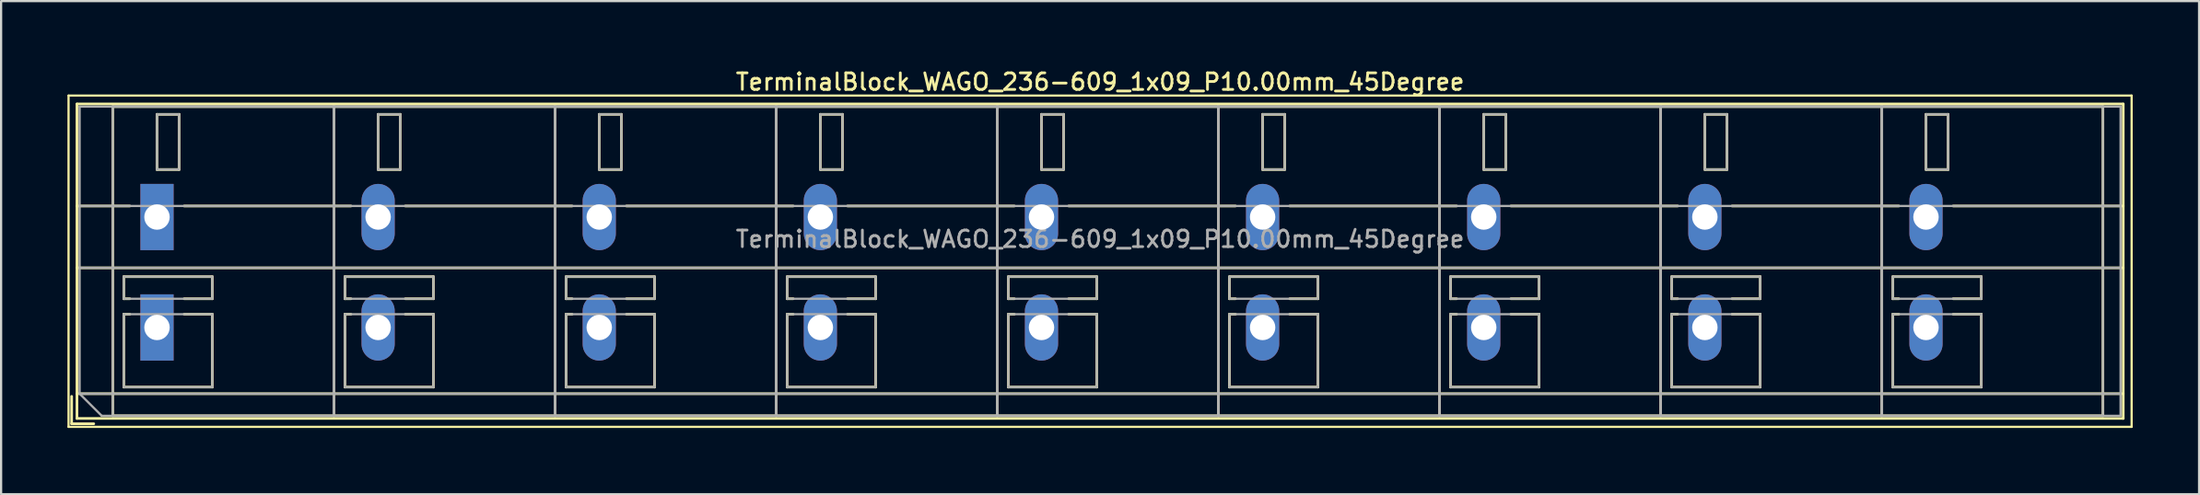
<source format=kicad_pcb>
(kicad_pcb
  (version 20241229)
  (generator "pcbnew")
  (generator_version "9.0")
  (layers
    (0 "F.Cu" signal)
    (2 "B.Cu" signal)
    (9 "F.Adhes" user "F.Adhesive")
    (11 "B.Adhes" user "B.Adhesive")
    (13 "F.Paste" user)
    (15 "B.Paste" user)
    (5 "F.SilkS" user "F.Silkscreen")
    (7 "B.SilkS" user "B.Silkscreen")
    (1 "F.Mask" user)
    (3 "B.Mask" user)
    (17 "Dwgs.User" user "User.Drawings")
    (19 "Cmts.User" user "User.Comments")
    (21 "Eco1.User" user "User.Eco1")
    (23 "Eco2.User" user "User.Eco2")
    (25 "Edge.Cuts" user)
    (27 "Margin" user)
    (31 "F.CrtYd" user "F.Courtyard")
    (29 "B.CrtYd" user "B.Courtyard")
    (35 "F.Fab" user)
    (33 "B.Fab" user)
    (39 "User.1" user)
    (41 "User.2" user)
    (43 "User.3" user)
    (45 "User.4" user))
  (footprint "TerminalBlock_WAGO_236-609_1x09_P10.00mm_45Degree"
    (layer "F.Cu")
    (at 4.05 6.778)
    (property "Reference" "TerminalBlock_WAGO_236-609_1x09_P10.00mm_45Degree" (at 42.65 -6.12 0) (layer "F.SilkS") (effects (font (size 0.75 0.75) (thickness 0.125))))
    (attr through_hole)
    (fp_line (start -4 -5.5) (end -4 9.5) (stroke (width 0.1) (type solid)) (layer "F.SilkS"))
    (fp_line (start -4 9.5) (end 89.3 9.5) (stroke (width 0.1) (type solid)) (layer "F.SilkS"))
    (fp_line (start -3.86 8.12) (end -3.86 9.36) (stroke (width 0.12) (type solid)) (layer "F.SilkS"))
    (fp_line (start -3.86 9.36) (end -2.86 9.36) (stroke (width 0.12) (type solid)) (layer "F.SilkS"))
    (fp_line (start -3.62 -5.12) (end -3.62 9.12) (stroke (width 0.12) (type solid)) (layer "F.SilkS"))
    (fp_line (start -3.62 -5.12) (end 88.92 -5.12) (stroke (width 0.12) (type solid)) (layer "F.SilkS"))
    (fp_line (start -3.62 -0.5) (end -1.23 -0.5) (stroke (width 0.12) (type solid)) (layer "F.SilkS"))
    (fp_line (start -3.62 2.3) (end 88.92 2.3) (stroke (width 0.12) (type solid)) (layer "F.SilkS"))
    (fp_line (start -3.62 8) (end 88.92 8) (stroke (width 0.12) (type solid)) (layer "F.SilkS"))
    (fp_line (start -3.62 9.12) (end 88.92 9.12) (stroke (width 0.12) (type solid)) (layer "F.SilkS"))
    (fp_line (start -2 -5) (end -2 9) (stroke (width 0.12) (type solid)) (layer "F.SilkS"))
    (fp_line (start -2 -5) (end 8 -5) (stroke (width 0.12) (type solid)) (layer "F.SilkS"))
    (fp_line (start -2 9) (end 8 9) (stroke (width 0.12) (type solid)) (layer "F.SilkS"))
    (fp_line (start -1.5 2.7) (end -1.5 3.7) (stroke (width 0.12) (type solid)) (layer "F.SilkS"))
    (fp_line (start -1.5 2.7) (end 2.5 2.7) (stroke (width 0.12) (type solid)) (layer "F.SilkS"))
    (fp_line (start -1.5 3.7) (end -1.23 3.7) (stroke (width 0.12) (type solid)) (layer "F.SilkS"))
    (fp_line (start -1.5 4.4) (end -1.5 7.7) (stroke (width 0.12) (type solid)) (layer "F.SilkS"))
    (fp_line (start -1.5 4.4) (end -1.23 4.4) (stroke (width 0.12) (type solid)) (layer "F.SilkS"))
    (fp_line (start -1.5 7.7) (end 2.5 7.7) (stroke (width 0.12) (type solid)) (layer "F.SilkS"))
    (fp_line (start 0 -4.65) (end 0 -2.151) (stroke (width 0.12) (type solid)) (layer "F.SilkS"))
    (fp_line (start 0 -4.65) (end 1 -4.65) (stroke (width 0.12) (type solid)) (layer "F.SilkS"))
    (fp_line (start 0 -2.151) (end 1 -2.151) (stroke (width 0.12) (type solid)) (layer "F.SilkS"))
    (fp_line (start 1 -4.65) (end 1 -2.151) (stroke (width 0.12) (type solid)) (layer "F.SilkS"))
    (fp_line (start 1.23 -0.5) (end 8.77 -0.5) (stroke (width 0.12) (type solid)) (layer "F.SilkS"))
    (fp_line (start 1.23 3.7) (end 2.5 3.7) (stroke (width 0.12) (type solid)) (layer "F.SilkS"))
    (fp_line (start 1.23 4.4) (end 2.5 4.4) (stroke (width 0.12) (type solid)) (layer "F.SilkS"))
    (fp_line (start 2.5 2.7) (end 2.5 3.7) (stroke (width 0.12) (type solid)) (layer "F.SilkS"))
    (fp_line (start 2.5 4.4) (end 2.5 7.7) (stroke (width 0.12) (type solid)) (layer "F.SilkS"))
    (fp_line (start 8 -5) (end 8 9) (stroke (width 0.12) (type solid)) (layer "F.SilkS"))
    (fp_line (start 8 -5) (end 8 9) (stroke (width 0.12) (type solid)) (layer "F.SilkS"))
    (fp_line (start 8 -5) (end 18 -5) (stroke (width 0.12) (type solid)) (layer "F.SilkS"))
    (fp_line (start 8 9) (end 18 9) (stroke (width 0.12) (type solid)) (layer "F.SilkS"))
    (fp_line (start 8.5 2.7) (end 8.5 3.7) (stroke (width 0.12) (type solid)) (layer "F.SilkS"))
    (fp_line (start 8.5 2.7) (end 12.5 2.7) (stroke (width 0.12) (type solid)) (layer "F.SilkS"))
    (fp_line (start 8.5 3.7) (end 8.77 3.7) (stroke (width 0.12) (type solid)) (layer "F.SilkS"))
    (fp_line (start 8.5 4.4) (end 8.5 7.7) (stroke (width 0.12) (type solid)) (layer "F.SilkS"))
    (fp_line (start 8.5 4.4) (end 8.77 4.4) (stroke (width 0.12) (type solid)) (layer "F.SilkS"))
    (fp_line (start 8.5 7.7) (end 12.5 7.7) (stroke (width 0.12) (type solid)) (layer "F.SilkS"))
    (fp_line (start 10 -4.65) (end 10 -2.151) (stroke (width 0.12) (type solid)) (layer "F.SilkS"))
    (fp_line (start 10 -4.65) (end 11 -4.65) (stroke (width 0.12) (type solid)) (layer "F.SilkS"))
    (fp_line (start 10 -2.151) (end 11 -2.151) (stroke (width 0.12) (type solid)) (layer "F.SilkS"))
    (fp_line (start 11 -4.65) (end 11 -2.151) (stroke (width 0.12) (type solid)) (layer "F.SilkS"))
    (fp_line (start 11.23 -0.5) (end 18.77 -0.5) (stroke (width 0.12) (type solid)) (layer "F.SilkS"))
    (fp_line (start 11.23 3.7) (end 12.5 3.7) (stroke (width 0.12) (type solid)) (layer "F.SilkS"))
    (fp_line (start 11.23 4.4) (end 12.5 4.4) (stroke (width 0.12) (type solid)) (layer "F.SilkS"))
    (fp_line (start 12.5 2.7) (end 12.5 3.7) (stroke (width 0.12) (type solid)) (layer "F.SilkS"))
    (fp_line (start 12.5 4.4) (end 12.5 7.7) (stroke (width 0.12) (type solid)) (layer "F.SilkS"))
    (fp_line (start 18 -5) (end 18 9) (stroke (width 0.12) (type solid)) (layer "F.SilkS"))
    (fp_line (start 18 -5) (end 18 9) (stroke (width 0.12) (type solid)) (layer "F.SilkS"))
    (fp_line (start 18 -5) (end 28 -5) (stroke (width 0.12) (type solid)) (layer "F.SilkS"))
    (fp_line (start 18 9) (end 28 9) (stroke (width 0.12) (type solid)) (layer "F.SilkS"))
    (fp_line (start 18.5 2.7) (end 18.5 3.7) (stroke (width 0.12) (type solid)) (layer "F.SilkS"))
    (fp_line (start 18.5 2.7) (end 22.5 2.7) (stroke (width 0.12) (type solid)) (layer "F.SilkS"))
    (fp_line (start 18.5 3.7) (end 18.77 3.7) (stroke (width 0.12) (type solid)) (layer "F.SilkS"))
    (fp_line (start 18.5 4.4) (end 18.5 7.7) (stroke (width 0.12) (type solid)) (layer "F.SilkS"))
    (fp_line (start 18.5 4.4) (end 18.77 4.4) (stroke (width 0.12) (type solid)) (layer "F.SilkS"))
    (fp_line (start 18.5 7.7) (end 22.5 7.7) (stroke (width 0.12) (type solid)) (layer "F.SilkS"))
    (fp_line (start 20 -4.65) (end 20 -2.151) (stroke (width 0.12) (type solid)) (layer "F.SilkS"))
    (fp_line (start 20 -4.65) (end 21 -4.65) (stroke (width 0.12) (type solid)) (layer "F.SilkS"))
    (fp_line (start 20 -2.151) (end 21 -2.151) (stroke (width 0.12) (type solid)) (layer "F.SilkS"))
    (fp_line (start 21 -4.65) (end 21 -2.151) (stroke (width 0.12) (type solid)) (layer "F.SilkS"))
    (fp_line (start 21.23 -0.5) (end 28.77 -0.5) (stroke (width 0.12) (type solid)) (layer "F.SilkS"))
    (fp_line (start 21.23 3.7) (end 22.5 3.7) (stroke (width 0.12) (type solid)) (layer "F.SilkS"))
    (fp_line (start 21.23 4.4) (end 22.5 4.4) (stroke (width 0.12) (type solid)) (layer "F.SilkS"))
    (fp_line (start 22.5 2.7) (end 22.5 3.7) (stroke (width 0.12) (type solid)) (layer "F.SilkS"))
    (fp_line (start 22.5 4.4) (end 22.5 7.7) (stroke (width 0.12) (type solid)) (layer "F.SilkS"))
    (fp_line (start 28 -5) (end 28 9) (stroke (width 0.12) (type solid)) (layer "F.SilkS"))
    (fp_line (start 28 -5) (end 28 9) (stroke (width 0.12) (type solid)) (layer "F.SilkS"))
    (fp_line (start 28 -5) (end 38 -5) (stroke (width 0.12) (type solid)) (layer "F.SilkS"))
    (fp_line (start 28 9) (end 38 9) (stroke (width 0.12) (type solid)) (layer "F.SilkS"))
    (fp_line (start 28.5 2.7) (end 28.5 3.7) (stroke (width 0.12) (type solid)) (layer "F.SilkS"))
    (fp_line (start 28.5 2.7) (end 32.5 2.7) (stroke (width 0.12) (type solid)) (layer "F.SilkS"))
    (fp_line (start 28.5 3.7) (end 28.77 3.7) (stroke (width 0.12) (type solid)) (layer "F.SilkS"))
    (fp_line (start 28.5 4.4) (end 28.5 7.7) (stroke (width 0.12) (type solid)) (layer "F.SilkS"))
    (fp_line (start 28.5 4.4) (end 28.77 4.4) (stroke (width 0.12) (type solid)) (layer "F.SilkS"))
    (fp_line (start 28.5 7.7) (end 32.5 7.7) (stroke (width 0.12) (type solid)) (layer "F.SilkS"))
    (fp_line (start 30 -4.65) (end 30 -2.151) (stroke (width 0.12) (type solid)) (layer "F.SilkS"))
    (fp_line (start 30 -4.65) (end 31 -4.65) (stroke (width 0.12) (type solid)) (layer "F.SilkS"))
    (fp_line (start 30 -2.151) (end 31 -2.151) (stroke (width 0.12) (type solid)) (layer "F.SilkS"))
    (fp_line (start 31 -4.65) (end 31 -2.151) (stroke (width 0.12) (type solid)) (layer "F.SilkS"))
    (fp_line (start 31.23 -0.5) (end 38.77 -0.5) (stroke (width 0.12) (type solid)) (layer "F.SilkS"))
    (fp_line (start 31.23 3.7) (end 32.5 3.7) (stroke (width 0.12) (type solid)) (layer "F.SilkS"))
    (fp_line (start 31.23 4.4) (end 32.5 4.4) (stroke (width 0.12) (type solid)) (layer "F.SilkS"))
    (fp_line (start 32.5 2.7) (end 32.5 3.7) (stroke (width 0.12) (type solid)) (layer "F.SilkS"))
    (fp_line (start 32.5 4.4) (end 32.5 7.7) (stroke (width 0.12) (type solid)) (layer "F.SilkS"))
    (fp_line (start 38 -5) (end 38 9) (stroke (width 0.12) (type solid)) (layer "F.SilkS"))
    (fp_line (start 38 -5) (end 38 9) (stroke (width 0.12) (type solid)) (layer "F.SilkS"))
    (fp_line (start 38 -5) (end 48 -5) (stroke (width 0.12) (type solid)) (layer "F.SilkS"))
    (fp_line (start 38 9) (end 48 9) (stroke (width 0.12) (type solid)) (layer "F.SilkS"))
    (fp_line (start 38.5 2.7) (end 38.5 3.7) (stroke (width 0.12) (type solid)) (layer "F.SilkS"))
    (fp_line (start 38.5 2.7) (end 42.5 2.7) (stroke (width 0.12) (type solid)) (layer "F.SilkS"))
    (fp_line (start 38.5 3.7) (end 38.77 3.7) (stroke (width 0.12) (type solid)) (layer "F.SilkS"))
    (fp_line (start 38.5 4.4) (end 38.5 7.7) (stroke (width 0.12) (type solid)) (layer "F.SilkS"))
    (fp_line (start 38.5 4.4) (end 38.77 4.4) (stroke (width 0.12) (type solid)) (layer "F.SilkS"))
    (fp_line (start 38.5 7.7) (end 42.5 7.7) (stroke (width 0.12) (type solid)) (layer "F.SilkS"))
    (fp_line (start 40 -4.65) (end 40 -2.151) (stroke (width 0.12) (type solid)) (layer "F.SilkS"))
    (fp_line (start 40 -4.65) (end 41 -4.65) (stroke (width 0.12) (type solid)) (layer "F.SilkS"))
    (fp_line (start 40 -2.151) (end 41 -2.151) (stroke (width 0.12) (type solid)) (layer "F.SilkS"))
    (fp_line (start 41 -4.65) (end 41 -2.151) (stroke (width 0.12) (type solid)) (layer "F.SilkS"))
    (fp_line (start 41.23 -0.5) (end 48.77 -0.5) (stroke (width 0.12) (type solid)) (layer "F.SilkS"))
    (fp_line (start 41.23 3.7) (end 42.5 3.7) (stroke (width 0.12) (type solid)) (layer "F.SilkS"))
    (fp_line (start 41.23 4.4) (end 42.5 4.4) (stroke (width 0.12) (type solid)) (layer "F.SilkS"))
    (fp_line (start 42.5 2.7) (end 42.5 3.7) (stroke (width 0.12) (type solid)) (layer "F.SilkS"))
    (fp_line (start 42.5 4.4) (end 42.5 7.7) (stroke (width 0.12) (type solid)) (layer "F.SilkS"))
    (fp_line (start 48 -5) (end 48 9) (stroke (width 0.12) (type solid)) (layer "F.SilkS"))
    (fp_line (start 48 -5) (end 48 9) (stroke (width 0.12) (type solid)) (layer "F.SilkS"))
    (fp_line (start 48 -5) (end 58 -5) (stroke (width 0.12) (type solid)) (layer "F.SilkS"))
    (fp_line (start 48 9) (end 58 9) (stroke (width 0.12) (type solid)) (layer "F.SilkS"))
    (fp_line (start 48.5 2.7) (end 48.5 3.7) (stroke (width 0.12) (type solid)) (layer "F.SilkS"))
    (fp_line (start 48.5 2.7) (end 52.5 2.7) (stroke (width 0.12) (type solid)) (layer "F.SilkS"))
    (fp_line (start 48.5 3.7) (end 48.77 3.7) (stroke (width 0.12) (type solid)) (layer "F.SilkS"))
    (fp_line (start 48.5 4.4) (end 48.5 7.7) (stroke (width 0.12) (type solid)) (layer "F.SilkS"))
    (fp_line (start 48.5 4.4) (end 48.77 4.4) (stroke (width 0.12) (type solid)) (layer "F.SilkS"))
    (fp_line (start 48.5 7.7) (end 52.5 7.7) (stroke (width 0.12) (type solid)) (layer "F.SilkS"))
    (fp_line (start 50 -4.65) (end 50 -2.151) (stroke (width 0.12) (type solid)) (layer "F.SilkS"))
    (fp_line (start 50 -4.65) (end 51 -4.65) (stroke (width 0.12) (type solid)) (layer "F.SilkS"))
    (fp_line (start 50 -2.151) (end 51 -2.151) (stroke (width 0.12) (type solid)) (layer "F.SilkS"))
    (fp_line (start 51 -4.65) (end 51 -2.151) (stroke (width 0.12) (type solid)) (layer "F.SilkS"))
    (fp_line (start 51.23 -0.5) (end 58.77 -0.5) (stroke (width 0.12) (type solid)) (layer "F.SilkS"))
    (fp_line (start 51.23 3.7) (end 52.5 3.7) (stroke (width 0.12) (type solid)) (layer "F.SilkS"))
    (fp_line (start 51.23 4.4) (end 52.5 4.4) (stroke (width 0.12) (type solid)) (layer "F.SilkS"))
    (fp_line (start 52.5 2.7) (end 52.5 3.7) (stroke (width 0.12) (type solid)) (layer "F.SilkS"))
    (fp_line (start 52.5 4.4) (end 52.5 7.7) (stroke (width 0.12) (type solid)) (layer "F.SilkS"))
    (fp_line (start 58 -5) (end 58 9) (stroke (width 0.12) (type solid)) (layer "F.SilkS"))
    (fp_line (start 58 -5) (end 58 9) (stroke (width 0.12) (type solid)) (layer "F.SilkS"))
    (fp_line (start 58 -5) (end 68 -5) (stroke (width 0.12) (type solid)) (layer "F.SilkS"))
    (fp_line (start 58 9) (end 68 9) (stroke (width 0.12) (type solid)) (layer "F.SilkS"))
    (fp_line (start 58.5 2.7) (end 58.5 3.7) (stroke (width 0.12) (type solid)) (layer "F.SilkS"))
    (fp_line (start 58.5 2.7) (end 62.5 2.7) (stroke (width 0.12) (type solid)) (layer "F.SilkS"))
    (fp_line (start 58.5 3.7) (end 58.77 3.7) (stroke (width 0.12) (type solid)) (layer "F.SilkS"))
    (fp_line (start 58.5 4.4) (end 58.5 7.7) (stroke (width 0.12) (type solid)) (layer "F.SilkS"))
    (fp_line (start 58.5 4.4) (end 58.77 4.4) (stroke (width 0.12) (type solid)) (layer "F.SilkS"))
    (fp_line (start 58.5 7.7) (end 62.5 7.7) (stroke (width 0.12) (type solid)) (layer "F.SilkS"))
    (fp_line (start 60 -4.65) (end 60 -2.151) (stroke (width 0.12) (type solid)) (layer "F.SilkS"))
    (fp_line (start 60 -4.65) (end 61 -4.65) (stroke (width 0.12) (type solid)) (layer "F.SilkS"))
    (fp_line (start 60 -2.151) (end 61 -2.151) (stroke (width 0.12) (type solid)) (layer "F.SilkS"))
    (fp_line (start 61 -4.65) (end 61 -2.151) (stroke (width 0.12) (type solid)) (layer "F.SilkS"))
    (fp_line (start 61.23 -0.5) (end 68.77 -0.5) (stroke (width 0.12) (type solid)) (layer "F.SilkS"))
    (fp_line (start 61.23 3.7) (end 62.5 3.7) (stroke (width 0.12) (type solid)) (layer "F.SilkS"))
    (fp_line (start 61.23 4.4) (end 62.5 4.4) (stroke (width 0.12) (type solid)) (layer "F.SilkS"))
    (fp_line (start 62.5 2.7) (end 62.5 3.7) (stroke (width 0.12) (type solid)) (layer "F.SilkS"))
    (fp_line (start 62.5 4.4) (end 62.5 7.7) (stroke (width 0.12) (type solid)) (layer "F.SilkS"))
    (fp_line (start 68 -5) (end 68 9) (stroke (width 0.12) (type solid)) (layer "F.SilkS"))
    (fp_line (start 68 -5) (end 68 9) (stroke (width 0.12) (type solid)) (layer "F.SilkS"))
    (fp_line (start 68 -5) (end 78 -5) (stroke (width 0.12) (type solid)) (layer "F.SilkS"))
    (fp_line (start 68 9) (end 78 9) (stroke (width 0.12) (type solid)) (layer "F.SilkS"))
    (fp_line (start 68.5 2.7) (end 68.5 3.7) (stroke (width 0.12) (type solid)) (layer "F.SilkS"))
    (fp_line (start 68.5 2.7) (end 72.5 2.7) (stroke (width 0.12) (type solid)) (layer "F.SilkS"))
    (fp_line (start 68.5 3.7) (end 68.77 3.7) (stroke (width 0.12) (type solid)) (layer "F.SilkS"))
    (fp_line (start 68.5 4.4) (end 68.5 7.7) (stroke (width 0.12) (type solid)) (layer "F.SilkS"))
    (fp_line (start 68.5 4.4) (end 68.77 4.4) (stroke (width 0.12) (type solid)) (layer "F.SilkS"))
    (fp_line (start 68.5 7.7) (end 72.5 7.7) (stroke (width 0.12) (type solid)) (layer "F.SilkS"))
    (fp_line (start 70 -4.65) (end 70 -2.151) (stroke (width 0.12) (type solid)) (layer "F.SilkS"))
    (fp_line (start 70 -4.65) (end 71 -4.65) (stroke (width 0.12) (type solid)) (layer "F.SilkS"))
    (fp_line (start 70 -2.151) (end 71 -2.151) (stroke (width 0.12) (type solid)) (layer "F.SilkS"))
    (fp_line (start 71 -4.65) (end 71 -2.151) (stroke (width 0.12) (type solid)) (layer "F.SilkS"))
    (fp_line (start 71.23 -0.5) (end 78.77 -0.5) (stroke (width 0.12) (type solid)) (layer "F.SilkS"))
    (fp_line (start 71.23 3.7) (end 72.5 3.7) (stroke (width 0.12) (type solid)) (layer "F.SilkS"))
    (fp_line (start 71.23 4.4) (end 72.5 4.4) (stroke (width 0.12) (type solid)) (layer "F.SilkS"))
    (fp_line (start 72.5 2.7) (end 72.5 3.7) (stroke (width 0.12) (type solid)) (layer "F.SilkS"))
    (fp_line (start 72.5 4.4) (end 72.5 7.7) (stroke (width 0.12) (type solid)) (layer "F.SilkS"))
    (fp_line (start 78 -5) (end 78 9) (stroke (width 0.12) (type solid)) (layer "F.SilkS"))
    (fp_line (start 78 -5) (end 78 9) (stroke (width 0.12) (type solid)) (layer "F.SilkS"))
    (fp_line (start 78 -5) (end 88 -5) (stroke (width 0.12) (type solid)) (layer "F.SilkS"))
    (fp_line (start 78 9) (end 88 9) (stroke (width 0.12) (type solid)) (layer "F.SilkS"))
    (fp_line (start 78.5 2.7) (end 78.5 3.7) (stroke (width 0.12) (type solid)) (layer "F.SilkS"))
    (fp_line (start 78.5 2.7) (end 82.5 2.7) (stroke (width 0.12) (type solid)) (layer "F.SilkS"))
    (fp_line (start 78.5 3.7) (end 78.77 3.7) (stroke (width 0.12) (type solid)) (layer "F.SilkS"))
    (fp_line (start 78.5 4.4) (end 78.5 7.7) (stroke (width 0.12) (type solid)) (layer "F.SilkS"))
    (fp_line (start 78.5 4.4) (end 78.77 4.4) (stroke (width 0.12) (type solid)) (layer "F.SilkS"))
    (fp_line (start 78.5 7.7) (end 82.5 7.7) (stroke (width 0.12) (type solid)) (layer "F.SilkS"))
    (fp_line (start 80 -4.65) (end 80 -2.151) (stroke (width 0.12) (type solid)) (layer "F.SilkS"))
    (fp_line (start 80 -4.65) (end 81 -4.65) (stroke (width 0.12) (type solid)) (layer "F.SilkS"))
    (fp_line (start 80 -2.151) (end 81 -2.151) (stroke (width 0.12) (type solid)) (layer "F.SilkS"))
    (fp_line (start 81 -4.65) (end 81 -2.151) (stroke (width 0.12) (type solid)) (layer "F.SilkS"))
    (fp_line (start 81.23 -0.5) (end 88.92 -0.5) (stroke (width 0.12) (type solid)) (layer "F.SilkS"))
    (fp_line (start 81.23 3.7) (end 82.5 3.7) (stroke (width 0.12) (type solid)) (layer "F.SilkS"))
    (fp_line (start 81.23 4.4) (end 82.5 4.4) (stroke (width 0.12) (type solid)) (layer "F.SilkS"))
    (fp_line (start 82.5 2.7) (end 82.5 3.7) (stroke (width 0.12) (type solid)) (layer "F.SilkS"))
    (fp_line (start 82.5 4.4) (end 82.5 7.7) (stroke (width 0.12) (type solid)) (layer "F.SilkS"))
    (fp_line (start 88 -5) (end 88 9) (stroke (width 0.12) (type solid)) (layer "F.SilkS"))
    (fp_line (start 88.92 -5.12) (end 88.92 9.12) (stroke (width 0.12) (type solid)) (layer "F.SilkS"))
    (fp_line (start 89.3 -5.5) (end -4 -5.5) (stroke (width 0.1) (type solid)) (layer "F.SilkS"))
    (fp_line (start 89.3 9.5) (end 89.3 -5.5) (stroke (width 0.1) (type solid)) (layer "F.SilkS"))
    (fp_line (start -3.5 -5) (end 88.8 -5) (stroke (width 0.1) (type solid)) (layer "F.Fab"))
    (fp_line (start -3.5 -0.5) (end 88.8 -0.5) (stroke (width 0.1) (type solid)) (layer "F.Fab"))
    (fp_line (start -3.5 2.3) (end 88.8 2.3) (stroke (width 0.1) (type solid)) (layer "F.Fab"))
    (fp_line (start -3.5 8) (end -3.5 -5) (stroke (width 0.1) (type solid)) (layer "F.Fab"))
    (fp_line (start -3.5 8) (end 88.8 8) (stroke (width 0.1) (type solid)) (layer "F.Fab"))
    (fp_line (start -2.5 9) (end -3.5 8) (stroke (width 0.1) (type solid)) (layer "F.Fab"))
    (fp_line (start -2 -5) (end -2 9) (stroke (width 0.1) (type solid)) (layer "F.Fab"))
    (fp_line (start -2 9) (end 8 9) (stroke (width 0.1) (type solid)) (layer "F.Fab"))
    (fp_line (start -1.5 2.7) (end -1.5 3.7) (stroke (width 0.1) (type solid)) (layer "F.Fab"))
    (fp_line (start -1.5 3.7) (end 2.5 3.7) (stroke (width 0.1) (type solid)) (layer "F.Fab"))
    (fp_line (start -1.5 4.4) (end -1.5 7.7) (stroke (width 0.1) (type solid)) (layer "F.Fab"))
    (fp_line (start -1.5 7.7) (end 2.5 7.7) (stroke (width 0.1) (type solid)) (layer "F.Fab"))
    (fp_line (start 0 -4.65) (end 0 -2.15) (stroke (width 0.1) (type solid)) (layer "F.Fab"))
    (fp_line (start 0 -2.15) (end 1 -2.15) (stroke (width 0.1) (type solid)) (layer "F.Fab"))
    (fp_line (start 1 -4.65) (end 0 -4.65) (stroke (width 0.1) (type solid)) (layer "F.Fab"))
    (fp_line (start 1 -2.15) (end 1 -4.65) (stroke (width 0.1) (type solid)) (layer "F.Fab"))
    (fp_line (start 2.5 2.7) (end -1.5 2.7) (stroke (width 0.1) (type solid)) (layer "F.Fab"))
    (fp_line (start 2.5 3.7) (end 2.5 2.7) (stroke (width 0.1) (type solid)) (layer "F.Fab"))
    (fp_line (start 2.5 4.4) (end -1.5 4.4) (stroke (width 0.1) (type solid)) (layer "F.Fab"))
    (fp_line (start 2.5 7.7) (end 2.5 4.4) (stroke (width 0.1) (type solid)) (layer "F.Fab"))
    (fp_line (start 8 -5) (end -2 -5) (stroke (width 0.1) (type solid)) (layer "F.Fab"))
    (fp_line (start 8 -5) (end 8 9) (stroke (width 0.1) (type solid)) (layer "F.Fab"))
    (fp_line (start 8 9) (end 8 -5) (stroke (width 0.1) (type solid)) (layer "F.Fab"))
    (fp_line (start 8 9) (end 18 9) (stroke (width 0.1) (type solid)) (layer "F.Fab"))
    (fp_line (start 8.5 2.7) (end 8.5 3.7) (stroke (width 0.1) (type solid)) (layer "F.Fab"))
    (fp_line (start 8.5 3.7) (end 12.5 3.7) (stroke (width 0.1) (type solid)) (layer "F.Fab"))
    (fp_line (start 8.5 4.4) (end 8.5 7.7) (stroke (width 0.1) (type solid)) (layer "F.Fab"))
    (fp_line (start 8.5 7.7) (end 12.5 7.7) (stroke (width 0.1) (type solid)) (layer "F.Fab"))
    (fp_line (start 10 -4.65) (end 10 -2.15) (stroke (width 0.1) (type solid)) (layer "F.Fab"))
    (fp_line (start 10 -2.15) (end 11 -2.15) (stroke (width 0.1) (type solid)) (layer "F.Fab"))
    (fp_line (start 11 -4.65) (end 10 -4.65) (stroke (width 0.1) (type solid)) (layer "F.Fab"))
    (fp_line (start 11 -2.15) (end 11 -4.65) (stroke (width 0.1) (type solid)) (layer "F.Fab"))
    (fp_line (start 12.5 2.7) (end 8.5 2.7) (stroke (width 0.1) (type solid)) (layer "F.Fab"))
    (fp_line (start 12.5 3.7) (end 12.5 2.7) (stroke (width 0.1) (type solid)) (layer "F.Fab"))
    (fp_line (start 12.5 4.4) (end 8.5 4.4) (stroke (width 0.1) (type solid)) (layer "F.Fab"))
    (fp_line (start 12.5 7.7) (end 12.5 4.4) (stroke (width 0.1) (type solid)) (layer "F.Fab"))
    (fp_line (start 18 -5) (end 8 -5) (stroke (width 0.1) (type solid)) (layer "F.Fab"))
    (fp_line (start 18 -5) (end 18 9) (stroke (width 0.1) (type solid)) (layer "F.Fab"))
    (fp_line (start 18 9) (end 18 -5) (stroke (width 0.1) (type solid)) (layer "F.Fab"))
    (fp_line (start 18 9) (end 28 9) (stroke (width 0.1) (type solid)) (layer "F.Fab"))
    (fp_line (start 18.5 2.7) (end 18.5 3.7) (stroke (width 0.1) (type solid)) (layer "F.Fab"))
    (fp_line (start 18.5 3.7) (end 22.5 3.7) (stroke (width 0.1) (type solid)) (layer "F.Fab"))
    (fp_line (start 18.5 4.4) (end 18.5 7.7) (stroke (width 0.1) (type solid)) (layer "F.Fab"))
    (fp_line (start 18.5 7.7) (end 22.5 7.7) (stroke (width 0.1) (type solid)) (layer "F.Fab"))
    (fp_line (start 20 -4.65) (end 20 -2.15) (stroke (width 0.1) (type solid)) (layer "F.Fab"))
    (fp_line (start 20 -2.15) (end 21 -2.15) (stroke (width 0.1) (type solid)) (layer "F.Fab"))
    (fp_line (start 21 -4.65) (end 20 -4.65) (stroke (width 0.1) (type solid)) (layer "F.Fab"))
    (fp_line (start 21 -2.15) (end 21 -4.65) (stroke (width 0.1) (type solid)) (layer "F.Fab"))
    (fp_line (start 22.5 2.7) (end 18.5 2.7) (stroke (width 0.1) (type solid)) (layer "F.Fab"))
    (fp_line (start 22.5 3.7) (end 22.5 2.7) (stroke (width 0.1) (type solid)) (layer "F.Fab"))
    (fp_line (start 22.5 4.4) (end 18.5 4.4) (stroke (width 0.1) (type solid)) (layer "F.Fab"))
    (fp_line (start 22.5 7.7) (end 22.5 4.4) (stroke (width 0.1) (type solid)) (layer "F.Fab"))
    (fp_line (start 28 -5) (end 18 -5) (stroke (width 0.1) (type solid)) (layer "F.Fab"))
    (fp_line (start 28 -5) (end 28 9) (stroke (width 0.1) (type solid)) (layer "F.Fab"))
    (fp_line (start 28 9) (end 28 -5) (stroke (width 0.1) (type solid)) (layer "F.Fab"))
    (fp_line (start 28 9) (end 38 9) (stroke (width 0.1) (type solid)) (layer "F.Fab"))
    (fp_line (start 28.5 2.7) (end 28.5 3.7) (stroke (width 0.1) (type solid)) (layer "F.Fab"))
    (fp_line (start 28.5 3.7) (end 32.5 3.7) (stroke (width 0.1) (type solid)) (layer "F.Fab"))
    (fp_line (start 28.5 4.4) (end 28.5 7.7) (stroke (width 0.1) (type solid)) (layer "F.Fab"))
    (fp_line (start 28.5 7.7) (end 32.5 7.7) (stroke (width 0.1) (type solid)) (layer "F.Fab"))
    (fp_line (start 30 -4.65) (end 30 -2.15) (stroke (width 0.1) (type solid)) (layer "F.Fab"))
    (fp_line (start 30 -2.15) (end 31 -2.15) (stroke (width 0.1) (type solid)) (layer "F.Fab"))
    (fp_line (start 31 -4.65) (end 30 -4.65) (stroke (width 0.1) (type solid)) (layer "F.Fab"))
    (fp_line (start 31 -2.15) (end 31 -4.65) (stroke (width 0.1) (type solid)) (layer "F.Fab"))
    (fp_line (start 32.5 2.7) (end 28.5 2.7) (stroke (width 0.1) (type solid)) (layer "F.Fab"))
    (fp_line (start 32.5 3.7) (end 32.5 2.7) (stroke (width 0.1) (type solid)) (layer "F.Fab"))
    (fp_line (start 32.5 4.4) (end 28.5 4.4) (stroke (width 0.1) (type solid)) (layer "F.Fab"))
    (fp_line (start 32.5 7.7) (end 32.5 4.4) (stroke (width 0.1) (type solid)) (layer "F.Fab"))
    (fp_line (start 38 -5) (end 28 -5) (stroke (width 0.1) (type solid)) (layer "F.Fab"))
    (fp_line (start 38 -5) (end 38 9) (stroke (width 0.1) (type solid)) (layer "F.Fab"))
    (fp_line (start 38 9) (end 38 -5) (stroke (width 0.1) (type solid)) (layer "F.Fab"))
    (fp_line (start 38 9) (end 48 9) (stroke (width 0.1) (type solid)) (layer "F.Fab"))
    (fp_line (start 38.5 2.7) (end 38.5 3.7) (stroke (width 0.1) (type solid)) (layer "F.Fab"))
    (fp_line (start 38.5 3.7) (end 42.5 3.7) (stroke (width 0.1) (type solid)) (layer "F.Fab"))
    (fp_line (start 38.5 4.4) (end 38.5 7.7) (stroke (width 0.1) (type solid)) (layer "F.Fab"))
    (fp_line (start 38.5 7.7) (end 42.5 7.7) (stroke (width 0.1) (type solid)) (layer "F.Fab"))
    (fp_line (start 40 -4.65) (end 40 -2.15) (stroke (width 0.1) (type solid)) (layer "F.Fab"))
    (fp_line (start 40 -2.15) (end 41 -2.15) (stroke (width 0.1) (type solid)) (layer "F.Fab"))
    (fp_line (start 41 -4.65) (end 40 -4.65) (stroke (width 0.1) (type solid)) (layer "F.Fab"))
    (fp_line (start 41 -2.15) (end 41 -4.65) (stroke (width 0.1) (type solid)) (layer "F.Fab"))
    (fp_line (start 42.5 2.7) (end 38.5 2.7) (stroke (width 0.1) (type solid)) (layer "F.Fab"))
    (fp_line (start 42.5 3.7) (end 42.5 2.7) (stroke (width 0.1) (type solid)) (layer "F.Fab"))
    (fp_line (start 42.5 4.4) (end 38.5 4.4) (stroke (width 0.1) (type solid)) (layer "F.Fab"))
    (fp_line (start 42.5 7.7) (end 42.5 4.4) (stroke (width 0.1) (type solid)) (layer "F.Fab"))
    (fp_line (start 48 -5) (end 38 -5) (stroke (width 0.1) (type solid)) (layer "F.Fab"))
    (fp_line (start 48 -5) (end 48 9) (stroke (width 0.1) (type solid)) (layer "F.Fab"))
    (fp_line (start 48 9) (end 48 -5) (stroke (width 0.1) (type solid)) (layer "F.Fab"))
    (fp_line (start 48 9) (end 58 9) (stroke (width 0.1) (type solid)) (layer "F.Fab"))
    (fp_line (start 48.5 2.7) (end 48.5 3.7) (stroke (width 0.1) (type solid)) (layer "F.Fab"))
    (fp_line (start 48.5 3.7) (end 52.5 3.7) (stroke (width 0.1) (type solid)) (layer "F.Fab"))
    (fp_line (start 48.5 4.4) (end 48.5 7.7) (stroke (width 0.1) (type solid)) (layer "F.Fab"))
    (fp_line (start 48.5 7.7) (end 52.5 7.7) (stroke (width 0.1) (type solid)) (layer "F.Fab"))
    (fp_line (start 50 -4.65) (end 50 -2.15) (stroke (width 0.1) (type solid)) (layer "F.Fab"))
    (fp_line (start 50 -2.15) (end 51 -2.15) (stroke (width 0.1) (type solid)) (layer "F.Fab"))
    (fp_line (start 51 -4.65) (end 50 -4.65) (stroke (width 0.1) (type solid)) (layer "F.Fab"))
    (fp_line (start 51 -2.15) (end 51 -4.65) (stroke (width 0.1) (type solid)) (layer "F.Fab"))
    (fp_line (start 52.5 2.7) (end 48.5 2.7) (stroke (width 0.1) (type solid)) (layer "F.Fab"))
    (fp_line (start 52.5 3.7) (end 52.5 2.7) (stroke (width 0.1) (type solid)) (layer "F.Fab"))
    (fp_line (start 52.5 4.4) (end 48.5 4.4) (stroke (width 0.1) (type solid)) (layer "F.Fab"))
    (fp_line (start 52.5 7.7) (end 52.5 4.4) (stroke (width 0.1) (type solid)) (layer "F.Fab"))
    (fp_line (start 58 -5) (end 48 -5) (stroke (width 0.1) (type solid)) (layer "F.Fab"))
    (fp_line (start 58 -5) (end 58 9) (stroke (width 0.1) (type solid)) (layer "F.Fab"))
    (fp_line (start 58 9) (end 58 -5) (stroke (width 0.1) (type solid)) (layer "F.Fab"))
    (fp_line (start 58 9) (end 68 9) (stroke (width 0.1) (type solid)) (layer "F.Fab"))
    (fp_line (start 58.5 2.7) (end 58.5 3.7) (stroke (width 0.1) (type solid)) (layer "F.Fab"))
    (fp_line (start 58.5 3.7) (end 62.5 3.7) (stroke (width 0.1) (type solid)) (layer "F.Fab"))
    (fp_line (start 58.5 4.4) (end 58.5 7.7) (stroke (width 0.1) (type solid)) (layer "F.Fab"))
    (fp_line (start 58.5 7.7) (end 62.5 7.7) (stroke (width 0.1) (type solid)) (layer "F.Fab"))
    (fp_line (start 60 -4.65) (end 60 -2.15) (stroke (width 0.1) (type solid)) (layer "F.Fab"))
    (fp_line (start 60 -2.15) (end 61 -2.15) (stroke (width 0.1) (type solid)) (layer "F.Fab"))
    (fp_line (start 61 -4.65) (end 60 -4.65) (stroke (width 0.1) (type solid)) (layer "F.Fab"))
    (fp_line (start 61 -2.15) (end 61 -4.65) (stroke (width 0.1) (type solid)) (layer "F.Fab"))
    (fp_line (start 62.5 2.7) (end 58.5 2.7) (stroke (width 0.1) (type solid)) (layer "F.Fab"))
    (fp_line (start 62.5 3.7) (end 62.5 2.7) (stroke (width 0.1) (type solid)) (layer "F.Fab"))
    (fp_line (start 62.5 4.4) (end 58.5 4.4) (stroke (width 0.1) (type solid)) (layer "F.Fab"))
    (fp_line (start 62.5 7.7) (end 62.5 4.4) (stroke (width 0.1) (type solid)) (layer "F.Fab"))
    (fp_line (start 68 -5) (end 58 -5) (stroke (width 0.1) (type solid)) (layer "F.Fab"))
    (fp_line (start 68 -5) (end 68 9) (stroke (width 0.1) (type solid)) (layer "F.Fab"))
    (fp_line (start 68 9) (end 68 -5) (stroke (width 0.1) (type solid)) (layer "F.Fab"))
    (fp_line (start 68 9) (end 78 9) (stroke (width 0.1) (type solid)) (layer "F.Fab"))
    (fp_line (start 68.5 2.7) (end 68.5 3.7) (stroke (width 0.1) (type solid)) (layer "F.Fab"))
    (fp_line (start 68.5 3.7) (end 72.5 3.7) (stroke (width 0.1) (type solid)) (layer "F.Fab"))
    (fp_line (start 68.5 4.4) (end 68.5 7.7) (stroke (width 0.1) (type solid)) (layer "F.Fab"))
    (fp_line (start 68.5 7.7) (end 72.5 7.7) (stroke (width 0.1) (type solid)) (layer "F.Fab"))
    (fp_line (start 70 -4.65) (end 70 -2.15) (stroke (width 0.1) (type solid)) (layer "F.Fab"))
    (fp_line (start 70 -2.15) (end 71 -2.15) (stroke (width 0.1) (type solid)) (layer "F.Fab"))
    (fp_line (start 71 -4.65) (end 70 -4.65) (stroke (width 0.1) (type solid)) (layer "F.Fab"))
    (fp_line (start 71 -2.15) (end 71 -4.65) (stroke (width 0.1) (type solid)) (layer "F.Fab"))
    (fp_line (start 72.5 2.7) (end 68.5 2.7) (stroke (width 0.1) (type solid)) (layer "F.Fab"))
    (fp_line (start 72.5 3.7) (end 72.5 2.7) (stroke (width 0.1) (type solid)) (layer "F.Fab"))
    (fp_line (start 72.5 4.4) (end 68.5 4.4) (stroke (width 0.1) (type solid)) (layer "F.Fab"))
    (fp_line (start 72.5 7.7) (end 72.5 4.4) (stroke (width 0.1) (type solid)) (layer "F.Fab"))
    (fp_line (start 78 -5) (end 68 -5) (stroke (width 0.1) (type solid)) (layer "F.Fab"))
    (fp_line (start 78 -5) (end 78 9) (stroke (width 0.1) (type solid)) (layer "F.Fab"))
    (fp_line (start 78 9) (end 78 -5) (stroke (width 0.1) (type solid)) (layer "F.Fab"))
    (fp_line (start 78 9) (end 88 9) (stroke (width 0.1) (type solid)) (layer "F.Fab"))
    (fp_line (start 78.5 2.7) (end 78.5 3.7) (stroke (width 0.1) (type solid)) (layer "F.Fab"))
    (fp_line (start 78.5 3.7) (end 82.5 3.7) (stroke (width 0.1) (type solid)) (layer "F.Fab"))
    (fp_line (start 78.5 4.4) (end 78.5 7.7) (stroke (width 0.1) (type solid)) (layer "F.Fab"))
    (fp_line (start 78.5 7.7) (end 82.5 7.7) (stroke (width 0.1) (type solid)) (layer "F.Fab"))
    (fp_line (start 80 -4.65) (end 80 -2.15) (stroke (width 0.1) (type solid)) (layer "F.Fab"))
    (fp_line (start 80 -2.15) (end 81 -2.15) (stroke (width 0.1) (type solid)) (layer "F.Fab"))
    (fp_line (start 81 -4.65) (end 80 -4.65) (stroke (width 0.1) (type solid)) (layer "F.Fab"))
    (fp_line (start 81 -2.15) (end 81 -4.65) (stroke (width 0.1) (type solid)) (layer "F.Fab"))
    (fp_line (start 82.5 2.7) (end 78.5 2.7) (stroke (width 0.1) (type solid)) (layer "F.Fab"))
    (fp_line (start 82.5 3.7) (end 82.5 2.7) (stroke (width 0.1) (type solid)) (layer "F.Fab"))
    (fp_line (start 82.5 4.4) (end 78.5 4.4) (stroke (width 0.1) (type solid)) (layer "F.Fab"))
    (fp_line (start 82.5 7.7) (end 82.5 4.4) (stroke (width 0.1) (type solid)) (layer "F.Fab"))
    (fp_line (start 88 -5) (end 78 -5) (stroke (width 0.1) (type solid)) (layer "F.Fab"))
    (fp_line (start 88 9) (end 88 -5) (stroke (width 0.1) (type solid)) (layer "F.Fab"))
    (fp_line (start 88.8 -5) (end 88.8 9) (stroke (width 0.1) (type solid)) (layer "F.Fab"))
    (fp_line (start 88.8 9) (end -2.5 9) (stroke (width 0.1) (type solid)) (layer "F.Fab"))
    (fp_text user "${REFERENCE}" (at 42.65 1 0) (layer "F.Fab") (effects (font (size 0.75 0.75) (thickness 0.125))))
    (pad "1" thru_hole rect (at 0 0) (size 1.5 3) (drill 1.15) (layers "*.Cu" "*.Mask"))
    (pad "1" thru_hole rect (at 0 5) (size 1.5 3) (drill 1.15) (layers "*.Cu" "*.Mask"))
    (pad "2" thru_hole oval (at 10 0) (size 1.5 3) (drill 1.15) (layers "*.Cu" "*.Mask"))
    (pad "2" thru_hole oval (at 10 5) (size 1.5 3) (drill 1.15) (layers "*.Cu" "*.Mask"))
    (pad "3" thru_hole oval (at 20 0) (size 1.5 3) (drill 1.15) (layers "*.Cu" "*.Mask"))
    (pad "3" thru_hole oval (at 20 5) (size 1.5 3) (drill 1.15) (layers "*.Cu" "*.Mask"))
    (pad "4" thru_hole oval (at 30 0) (size 1.5 3) (drill 1.15) (layers "*.Cu" "*.Mask"))
    (pad "4" thru_hole oval (at 30 5) (size 1.5 3) (drill 1.15) (layers "*.Cu" "*.Mask"))
    (pad "5" thru_hole oval (at 40 0) (size 1.5 3) (drill 1.15) (layers "*.Cu" "*.Mask"))
    (pad "5" thru_hole oval (at 40 5) (size 1.5 3) (drill 1.15) (layers "*.Cu" "*.Mask"))
    (pad "6" thru_hole oval (at 50 0) (size 1.5 3) (drill 1.15) (layers "*.Cu" "*.Mask"))
    (pad "6" thru_hole oval (at 50 5) (size 1.5 3) (drill 1.15) (layers "*.Cu" "*.Mask"))
    (pad "7" thru_hole oval (at 60 0) (size 1.5 3) (drill 1.15) (layers "*.Cu" "*.Mask"))
    (pad "7" thru_hole oval (at 60 5) (size 1.5 3) (drill 1.15) (layers "*.Cu" "*.Mask"))
    (pad "8" thru_hole oval (at 70 0) (size 1.5 3) (drill 1.15) (layers "*.Cu" "*.Mask"))
    (pad "8" thru_hole oval (at 70 5) (size 1.5 3) (drill 1.15) (layers "*.Cu" "*.Mask"))
    (pad "9" thru_hole oval (at 80 0) (size 1.5 3) (drill 1.15) (layers "*.Cu" "*.Mask"))
    (pad "9" thru_hole oval (at 80 5) (size 1.5 3) (drill 1.15) (layers "*.Cu" "*.Mask")))
  (gr_rect
    (start -3 -3)
    (end 96.4 19.328)
    (stroke (width 0.1) (type default))
    (fill no)
    (layer "Edge.Cuts")))
</source>
